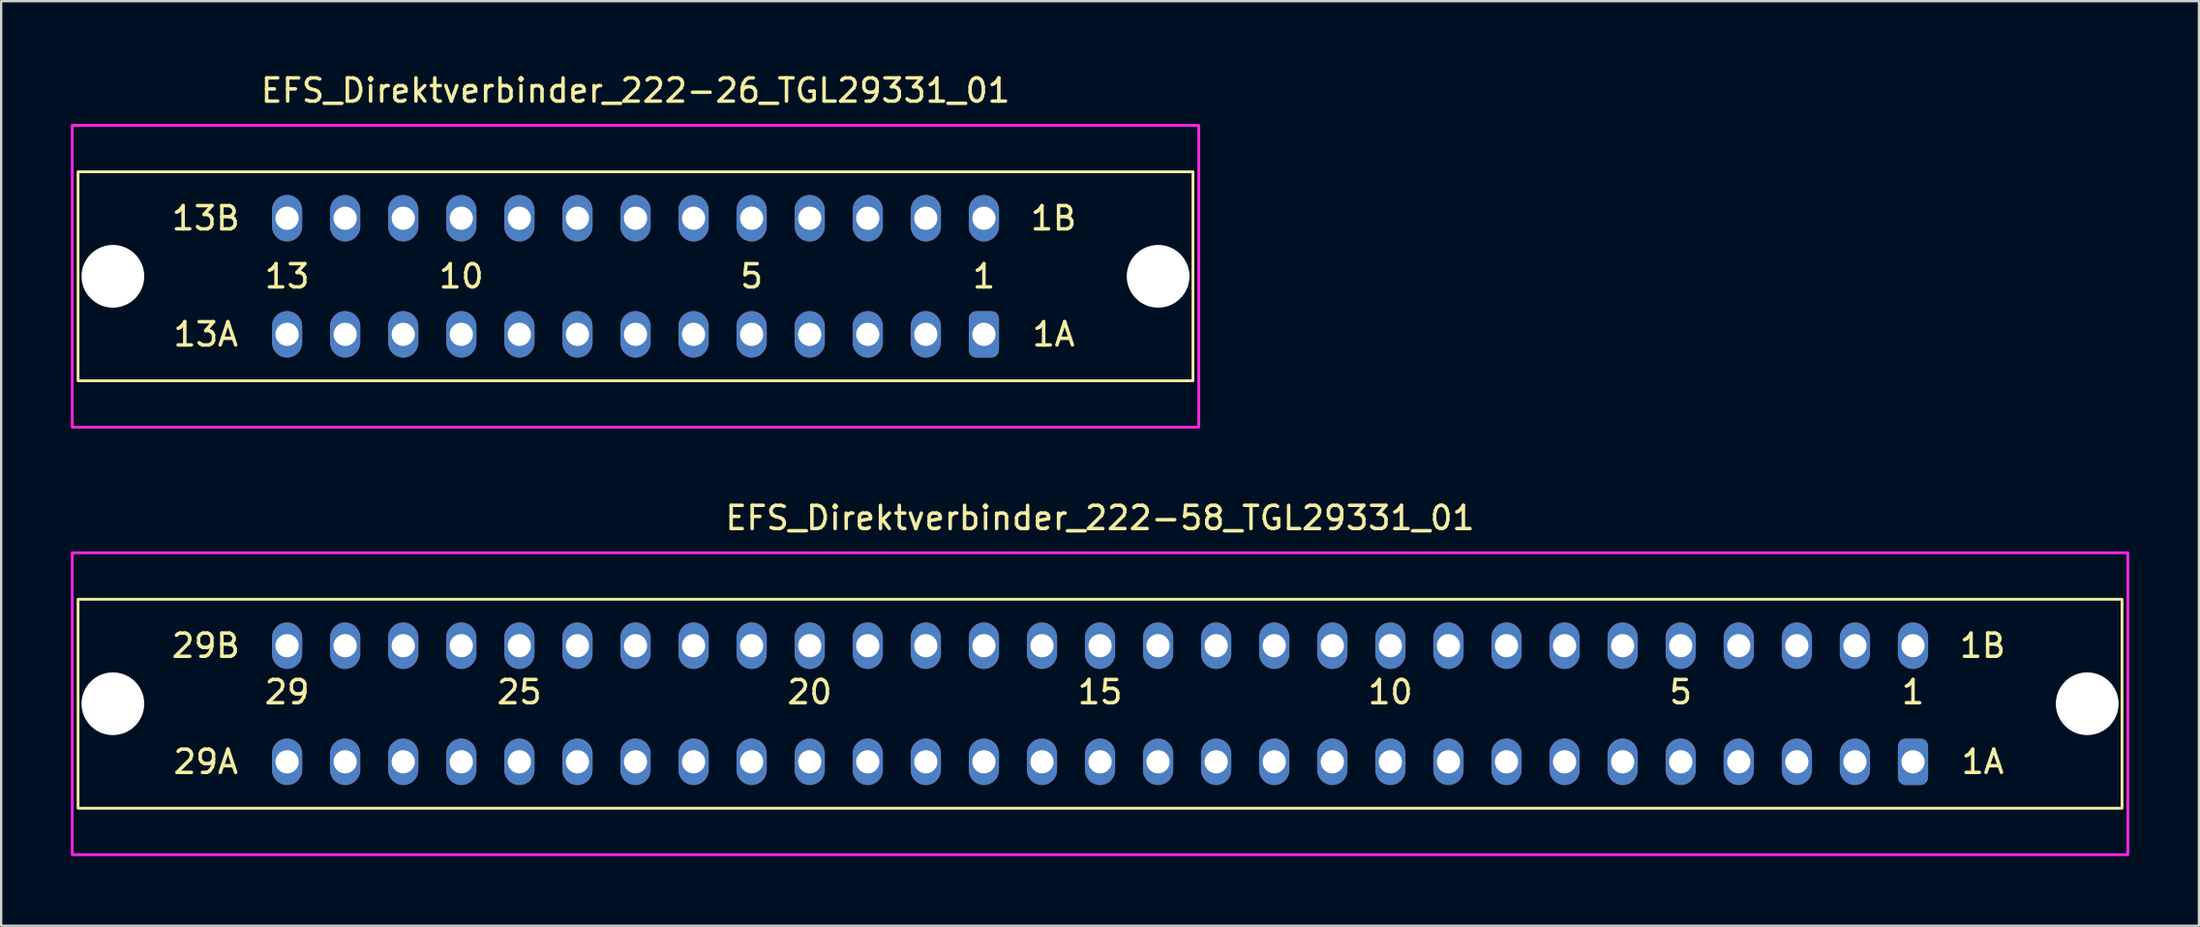
<source format=kicad_pcb>
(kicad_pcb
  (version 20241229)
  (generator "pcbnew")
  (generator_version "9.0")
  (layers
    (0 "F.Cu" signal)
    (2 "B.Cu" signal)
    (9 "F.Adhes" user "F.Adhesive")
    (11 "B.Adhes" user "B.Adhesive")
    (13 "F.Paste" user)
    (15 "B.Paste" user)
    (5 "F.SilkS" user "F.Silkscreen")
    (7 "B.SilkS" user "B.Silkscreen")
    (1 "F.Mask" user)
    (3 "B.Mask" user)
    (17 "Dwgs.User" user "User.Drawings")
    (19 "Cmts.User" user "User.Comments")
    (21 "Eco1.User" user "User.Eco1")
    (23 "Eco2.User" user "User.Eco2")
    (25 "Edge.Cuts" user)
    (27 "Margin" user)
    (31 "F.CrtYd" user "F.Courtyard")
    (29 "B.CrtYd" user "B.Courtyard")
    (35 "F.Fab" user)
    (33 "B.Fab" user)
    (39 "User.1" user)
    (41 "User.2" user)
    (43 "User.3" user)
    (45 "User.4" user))
  (footprint "EFS_Direktverbinder_222-58_TGL29331_01"
    (layer "F.Cu")
    (at 44.31 27.256)
    (property "Reference" "EFS_Direktverbinder_222-58_TGL29331_01" (at 0 -8 180) (layer "F.SilkS") (effects (font (size 1 1) (thickness 0.15))))
    (attr through_hole)
    (fp_rect (start -44 -4.5) (end 44 4.5) (stroke (width 0.12) (type solid)) (fill no) (layer "F.SilkS"))
    (fp_rect (start -44.25 -6.5) (end 44.25 6.5) (stroke (width 0.12) (type solid)) (fill no) (layer "F.CrtYd"))
    (fp_text user "29A" (at -38.5 2.5 0) (layer "F.SilkS") (effects (font (size 1 1) (thickness 0.15))))
    (fp_text user "29" (at -35 -0.5 180) (layer "F.SilkS") (effects (font (size 1 1) (thickness 0.15))))
    (fp_text user "29B" (at -38.5 -2.5 0) (layer "F.SilkS") (effects (font (size 1 1) (thickness 0.15))))
    (fp_text user "15" (at 0 -0.5 180) (layer "F.SilkS") (effects (font (size 1 1) (thickness 0.15))))
    (fp_text user "1B" (at 38 -2.5 0) (layer "F.SilkS") (effects (font (size 1 1) (thickness 0.15))))
    (fp_text user "1A" (at 38 2.5 0) (layer "F.SilkS") (effects (font (size 1 1) (thickness 0.15))))
    (fp_text user "10" (at 12.5 -0.5 180) (layer "F.SilkS") (effects (font (size 1 1) (thickness 0.15))))
    (fp_text user "20" (at -12.5 -0.5 180) (layer "F.SilkS") (effects (font (size 1 1) (thickness 0.15))))
    (fp_text user "25" (at -25 -0.5 180) (layer "F.SilkS") (effects (font (size 1 1) (thickness 0.15))))
    (fp_text user "5" (at 25 -0.5 180) (layer "F.SilkS") (effects (font (size 1 1) (thickness 0.15))))
    (fp_text user "1" (at 35 -0.5 180) (layer "F.SilkS") (effects (font (size 1 1) (thickness 0.15))))
    (pad "" np_thru_hole circle (at -42.5 0) (size 2.7 2.7) (drill 2.7) (layers "*.Cu" "*.Mask"))
    (pad "" np_thru_hole circle (at 42.5 0) (size 2.7 2.7) (drill 2.7) (layers "*.Cu" "*.Mask"))
    (pad "1a" thru_hole roundrect (at 35 2.5) (size 1.3 2) (drill 1) (layers "*.Cu" "*.Mask") (roundrect_rratio 0.25))
    (pad "1b" thru_hole oval (at 35 -2.5) (size 1.3 2) (drill 1) (layers "*.Cu" "*.Mask"))
    (pad "2a" thru_hole oval (at 32.5 2.5) (size 1.3 2) (drill 1) (layers "*.Cu" "*.Mask"))
    (pad "2b" thru_hole oval (at 32.5 -2.5) (size 1.3 2) (drill 1) (layers "*.Cu" "*.Mask"))
    (pad "3a" thru_hole oval (at 30 2.5) (size 1.3 2) (drill 1) (layers "*.Cu" "*.Mask"))
    (pad "3b" thru_hole oval (at 30 -2.5) (size 1.3 2) (drill 1) (layers "*.Cu" "*.Mask"))
    (pad "4a" thru_hole oval (at 27.5 2.5) (size 1.3 2) (drill 1) (layers "*.Cu" "*.Mask"))
    (pad "4b" thru_hole oval (at 27.5 -2.5) (size 1.3 2) (drill 1) (layers "*.Cu" "*.Mask"))
    (pad "5a" thru_hole oval (at 25 2.5) (size 1.3 2) (drill 1) (layers "*.Cu" "*.Mask"))
    (pad "5b" thru_hole oval (at 25 -2.5) (size 1.3 2) (drill 1) (layers "*.Cu" "*.Mask"))
    (pad "6a" thru_hole oval (at 22.5 2.5) (size 1.3 2) (drill 1) (layers "*.Cu" "*.Mask"))
    (pad "6b" thru_hole oval (at 22.5 -2.5) (size 1.3 2) (drill 1) (layers "*.Cu" "*.Mask"))
    (pad "7a" thru_hole oval (at 20 2.5) (size 1.3 2) (drill 1) (layers "*.Cu" "*.Mask"))
    (pad "7b" thru_hole oval (at 20 -2.5) (size 1.3 2) (drill 1) (layers "*.Cu" "*.Mask"))
    (pad "8a" thru_hole oval (at 17.5 2.5) (size 1.3 2) (drill 1) (layers "*.Cu" "*.Mask"))
    (pad "8b" thru_hole oval (at 17.5 -2.5) (size 1.3 2) (drill 1) (layers "*.Cu" "*.Mask"))
    (pad "9a" thru_hole oval (at 15 2.5) (size 1.3 2) (drill 1) (layers "*.Cu" "*.Mask"))
    (pad "9b" thru_hole oval (at 15 -2.5) (size 1.3 2) (drill 1) (layers "*.Cu" "*.Mask"))
    (pad "10a" thru_hole oval (at 12.5 2.5) (size 1.3 2) (drill 1) (layers "*.Cu" "*.Mask"))
    (pad "10b" thru_hole oval (at 12.5 -2.5) (size 1.3 2) (drill 1) (layers "*.Cu" "*.Mask"))
    (pad "11a" thru_hole oval (at 10 2.5) (size 1.3 2) (drill 1) (layers "*.Cu" "*.Mask"))
    (pad "11b" thru_hole oval (at 10 -2.5) (size 1.3 2) (drill 1) (layers "*.Cu" "*.Mask"))
    (pad "12a" thru_hole oval (at 7.5 2.5) (size 1.3 2) (drill 1) (layers "*.Cu" "*.Mask"))
    (pad "12b" thru_hole oval (at 7.5 -2.5) (size 1.3 2) (drill 1) (layers "*.Cu" "*.Mask"))
    (pad "13a" thru_hole oval (at 5 2.5) (size 1.3 2) (drill 1) (layers "*.Cu" "*.Mask"))
    (pad "13b" thru_hole oval (at 5 -2.5) (size 1.3 2) (drill 1) (layers "*.Cu" "*.Mask"))
    (pad "14a" thru_hole oval (at 2.5 2.5) (size 1.3 2) (drill 1) (layers "*.Cu" "*.Mask"))
    (pad "14b" thru_hole oval (at 2.5 -2.5) (size 1.3 2) (drill 1) (layers "*.Cu" "*.Mask"))
    (pad "15a" thru_hole oval (at 0 2.5) (size 1.3 2) (drill 1) (layers "*.Cu" "*.Mask"))
    (pad "15b" thru_hole oval (at 0 -2.5) (size 1.3 2) (drill 1) (layers "*.Cu" "*.Mask"))
    (pad "16a" thru_hole oval (at -2.5 2.5) (size 1.3 2) (drill 1) (layers "*.Cu" "*.Mask"))
    (pad "16b" thru_hole oval (at -2.5 -2.5) (size 1.3 2) (drill 1) (layers "*.Cu" "*.Mask"))
    (pad "17a" thru_hole oval (at -5 2.5) (size 1.3 2) (drill 1) (layers "*.Cu" "*.Mask"))
    (pad "17b" thru_hole oval (at -5 -2.5) (size 1.3 2) (drill 1) (layers "*.Cu" "*.Mask"))
    (pad "18a" thru_hole oval (at -7.5 2.5) (size 1.3 2) (drill 1) (layers "*.Cu" "*.Mask"))
    (pad "18b" thru_hole oval (at -7.5 -2.5) (size 1.3 2) (drill 1) (layers "*.Cu" "*.Mask"))
    (pad "19a" thru_hole oval (at -10 2.5) (size 1.3 2) (drill 1) (layers "*.Cu" "*.Mask"))
    (pad "19b" thru_hole oval (at -10 -2.5) (size 1.3 2) (drill 1) (layers "*.Cu" "*.Mask"))
    (pad "20a" thru_hole oval (at -12.5 2.5) (size 1.3 2) (drill 1) (layers "*.Cu" "*.Mask"))
    (pad "20b" thru_hole oval (at -12.5 -2.5) (size 1.3 2) (drill 1) (layers "*.Cu" "*.Mask"))
    (pad "21a" thru_hole oval (at -15 2.5) (size 1.3 2) (drill 1) (layers "*.Cu" "*.Mask"))
    (pad "21b" thru_hole oval (at -15 -2.5) (size 1.3 2) (drill 1) (layers "*.Cu" "*.Mask"))
    (pad "22a" thru_hole oval (at -17.5 2.5) (size 1.3 2) (drill 1) (layers "*.Cu" "*.Mask"))
    (pad "22b" thru_hole oval (at -17.5 -2.5) (size 1.3 2) (drill 1) (layers "*.Cu" "*.Mask"))
    (pad "23a" thru_hole oval (at -20 2.5) (size 1.3 2) (drill 1) (layers "*.Cu" "*.Mask"))
    (pad "23b" thru_hole oval (at -20 -2.5) (size 1.3 2) (drill 1) (layers "*.Cu" "*.Mask"))
    (pad "24a" thru_hole oval (at -22.5 2.5) (size 1.3 2) (drill 1) (layers "*.Cu" "*.Mask"))
    (pad "24b" thru_hole oval (at -22.5 -2.5) (size 1.3 2) (drill 1) (layers "*.Cu" "*.Mask"))
    (pad "25a" thru_hole oval (at -25 2.5) (size 1.3 2) (drill 1) (layers "*.Cu" "*.Mask"))
    (pad "25b" thru_hole oval (at -25 -2.5) (size 1.3 2) (drill 1) (layers "*.Cu" "*.Mask"))
    (pad "26a" thru_hole oval (at -27.5 2.5) (size 1.3 2) (drill 1) (layers "*.Cu" "*.Mask"))
    (pad "26b" thru_hole oval (at -27.5 -2.5) (size 1.3 2) (drill 1) (layers "*.Cu" "*.Mask"))
    (pad "27a" thru_hole oval (at -30 2.5) (size 1.3 2) (drill 1) (layers "*.Cu" "*.Mask"))
    (pad "27b" thru_hole oval (at -30 -2.5) (size 1.3 2) (drill 1) (layers "*.Cu" "*.Mask"))
    (pad "28a" thru_hole oval (at -32.5 2.5) (size 1.3 2) (drill 1) (layers "*.Cu" "*.Mask"))
    (pad "28b" thru_hole oval (at -32.5 -2.5) (size 1.3 2) (drill 1) (layers "*.Cu" "*.Mask"))
    (pad "29a" thru_hole oval (at -35 2.5) (size 1.3 2) (drill 1) (layers "*.Cu" "*.Mask"))
    (pad "29b" thru_hole oval (at -35 -2.5) (size 1.3 2) (drill 1) (layers "*.Cu" "*.Mask")))
  (footprint "EFS_Direktverbinder_222-26_TGL29331_01"
    (layer "F.Cu")
    (at 24.31 8.848)
    (property "Reference" "EFS_Direktverbinder_222-26_TGL29331_01" (at 0 -8 180) (layer "F.SilkS") (effects (font (size 1 1) (thickness 0.15))))
    (attr through_hole)
    (fp_rect (start -24 -4.5) (end 24 4.5) (stroke (width 0.12) (type solid)) (fill no) (layer "F.SilkS"))
    (fp_rect (start -24.25 -6.5) (end 24.25 6.5) (stroke (width 0.12) (type solid)) (fill no) (layer "F.CrtYd"))
    (fp_text user "1B" (at 18 -2.5 0) (layer "F.SilkS") (effects (font (size 1 1) (thickness 0.15))))
    (fp_text user "1" (at 15 0 180) (layer "F.SilkS") (effects (font (size 1 1) (thickness 0.15))))
    (fp_text user "5" (at 5 0 180) (layer "F.SilkS") (effects (font (size 1 1) (thickness 0.15))))
    (fp_text user "13B" (at -18.5 -2.5 0) (layer "F.SilkS") (effects (font (size 1 1) (thickness 0.15))))
    (fp_text user "10" (at -7.5 0 180) (layer "F.SilkS") (effects (font (size 1 1) (thickness 0.15))))
    (fp_text user "1A" (at 18 2.5 0) (layer "F.SilkS") (effects (font (size 1 1) (thickness 0.15))))
    (fp_text user "13" (at -15 0 180) (layer "F.SilkS") (effects (font (size 1 1) (thickness 0.15))))
    (fp_text user "13A" (at -18.5 2.5 0) (layer "F.SilkS") (effects (font (size 1 1) (thickness 0.15))))
    (pad "" np_thru_hole circle (at -22.5 0) (size 2.7 2.7) (drill 2.7) (layers "*.Cu" "*.Mask"))
    (pad "" np_thru_hole circle (at 22.5 0) (size 2.7 2.7) (drill 2.7) (layers "*.Cu" "*.Mask"))
    (pad "1a" thru_hole roundrect (at 15 2.5) (size 1.3 2) (drill 1) (layers "*.Cu" "*.Mask") (roundrect_rratio 0.25))
    (pad "1b" thru_hole oval (at 15 -2.5) (size 1.3 2) (drill 1) (layers "*.Cu" "*.Mask"))
    (pad "2a" thru_hole oval (at 12.5 2.5) (size 1.3 2) (drill 1) (layers "*.Cu" "*.Mask"))
    (pad "2b" thru_hole oval (at 12.5 -2.5) (size 1.3 2) (drill 1) (layers "*.Cu" "*.Mask"))
    (pad "3a" thru_hole oval (at 10 2.5) (size 1.3 2) (drill 1) (layers "*.Cu" "*.Mask"))
    (pad "3b" thru_hole oval (at 10 -2.5) (size 1.3 2) (drill 1) (layers "*.Cu" "*.Mask"))
    (pad "4a" thru_hole oval (at 7.5 2.5) (size 1.3 2) (drill 1) (layers "*.Cu" "*.Mask"))
    (pad "4b" thru_hole oval (at 7.5 -2.5) (size 1.3 2) (drill 1) (layers "*.Cu" "*.Mask"))
    (pad "5a" thru_hole oval (at 5 2.5) (size 1.3 2) (drill 1) (layers "*.Cu" "*.Mask"))
    (pad "5b" thru_hole oval (at 5 -2.5) (size 1.3 2) (drill 1) (layers "*.Cu" "*.Mask"))
    (pad "6a" thru_hole oval (at 2.5 2.5) (size 1.3 2) (drill 1) (layers "*.Cu" "*.Mask"))
    (pad "6b" thru_hole oval (at 2.5 -2.5) (size 1.3 2) (drill 1) (layers "*.Cu" "*.Mask"))
    (pad "7a" thru_hole oval (at 0 2.5) (size 1.3 2) (drill 1) (layers "*.Cu" "*.Mask"))
    (pad "7b" thru_hole oval (at 0 -2.5) (size 1.3 2) (drill 1) (layers "*.Cu" "*.Mask"))
    (pad "8a" thru_hole oval (at -2.5 2.5) (size 1.3 2) (drill 1) (layers "*.Cu" "*.Mask"))
    (pad "8b" thru_hole oval (at -2.5 -2.5) (size 1.3 2) (drill 1) (layers "*.Cu" "*.Mask"))
    (pad "9a" thru_hole oval (at -5 2.5) (size 1.3 2) (drill 1) (layers "*.Cu" "*.Mask"))
    (pad "9b" thru_hole oval (at -5 -2.5) (size 1.3 2) (drill 1) (layers "*.Cu" "*.Mask"))
    (pad "10a" thru_hole oval (at -7.5 2.5) (size 1.3 2) (drill 1) (layers "*.Cu" "*.Mask"))
    (pad "10b" thru_hole oval (at -7.5 -2.5) (size 1.3 2) (drill 1) (layers "*.Cu" "*.Mask"))
    (pad "11a" thru_hole oval (at -10 2.5) (size 1.3 2) (drill 1) (layers "*.Cu" "*.Mask"))
    (pad "11b" thru_hole oval (at -10 -2.5) (size 1.3 2) (drill 1) (layers "*.Cu" "*.Mask"))
    (pad "12a" thru_hole oval (at -12.5 2.5) (size 1.3 2) (drill 1) (layers "*.Cu" "*.Mask"))
    (pad "12b" thru_hole oval (at -12.5 -2.5) (size 1.3 2) (drill 1) (layers "*.Cu" "*.Mask"))
    (pad "13a" thru_hole oval (at -15 2.5) (size 1.3 2) (drill 1) (layers "*.Cu" "*.Mask"))
    (pad "13b" thru_hole oval (at -15 -2.5) (size 1.3 2) (drill 1) (layers "*.Cu" "*.Mask")))
  (gr_rect
    (start -3 -3)
    (end 91.62 36.816)
    (stroke (width 0.1) (type default))
    (fill no)
    (layer "Edge.Cuts")))
</source>
